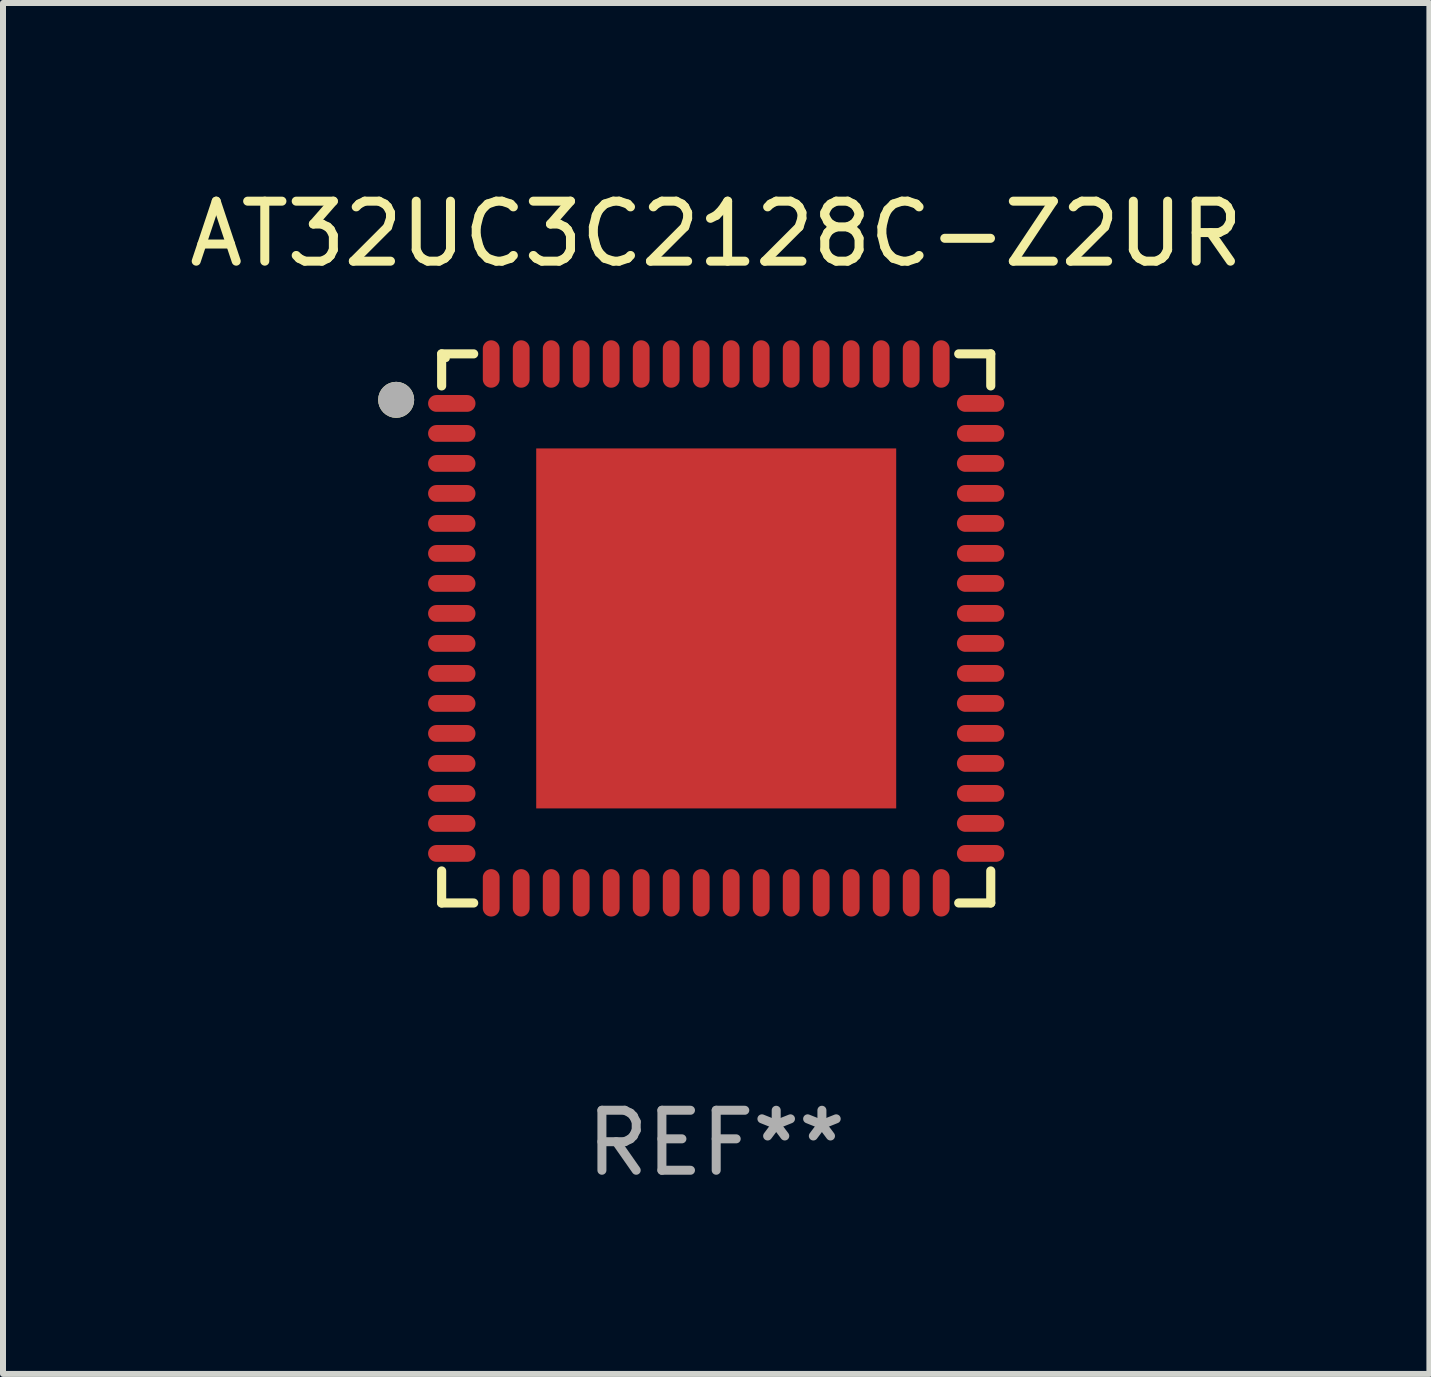
<source format=kicad_pcb>
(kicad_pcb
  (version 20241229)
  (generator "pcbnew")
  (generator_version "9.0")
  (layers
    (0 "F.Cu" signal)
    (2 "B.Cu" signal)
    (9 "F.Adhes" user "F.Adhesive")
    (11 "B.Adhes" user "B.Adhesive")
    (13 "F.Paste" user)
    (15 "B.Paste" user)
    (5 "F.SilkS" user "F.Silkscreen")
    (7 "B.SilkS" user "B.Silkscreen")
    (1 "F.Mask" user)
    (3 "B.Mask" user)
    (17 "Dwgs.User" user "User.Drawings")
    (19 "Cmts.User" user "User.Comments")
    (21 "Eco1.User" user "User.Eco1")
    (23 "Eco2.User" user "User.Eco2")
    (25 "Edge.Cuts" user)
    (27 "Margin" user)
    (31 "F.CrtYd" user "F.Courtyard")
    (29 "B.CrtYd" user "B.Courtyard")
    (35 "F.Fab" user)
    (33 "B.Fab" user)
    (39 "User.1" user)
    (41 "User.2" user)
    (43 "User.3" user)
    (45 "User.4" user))
  (footprint "AT32UC3C2128C-Z2UR"
    (layer "F.Cu")
    (at 8.887 7.424)
    (property "Reference" "AT32UC3C2128C-Z2UR" (at 0 -6.576 0) (layer "F.SilkS") (effects (font (size 1 1) (thickness 0.15))))
    (attr through_hole)
    (fp_line (start -4.576 -4.576) (end -4.042 -4.576) (stroke (width 0.152) (type solid)) (layer "F.SilkS"))
    (fp_line (start -4.576 -4.042) (end -4.576 -4.576) (stroke (width 0.152) (type solid)) (layer "F.SilkS"))
    (fp_line (start -4.576 4.042) (end -4.576 4.576) (stroke (width 0.152) (type solid)) (layer "F.SilkS"))
    (fp_line (start -4.576 4.576) (end -4.042 4.576) (stroke (width 0.152) (type solid)) (layer "F.SilkS"))
    (fp_line (start 4.576 -4.576) (end 4.042 -4.576) (stroke (width 0.152) (type solid)) (layer "F.SilkS"))
    (fp_line (start 4.576 -4.042) (end 4.576 -4.576) (stroke (width 0.152) (type solid)) (layer "F.SilkS"))
    (fp_line (start 4.576 4.042) (end 4.576 4.576) (stroke (width 0.152) (type solid)) (layer "F.SilkS"))
    (fp_line (start 4.576 4.576) (end 4.042 4.576) (stroke (width 0.152) (type solid)) (layer "F.SilkS"))
    (fp_circle (center -5.334 -3.81) (end -5.184 -3.81) (stroke (width 0.3) (type solid)) (fill no) (layer "F.SilkS"))
    (fp_circle (center -4.5 -4.5) (end -4.47 -4.5) (stroke (width 0.06) (type solid)) (fill no) (layer "F.SilkS"))
    (fp_circle (center -5.334 -3.81) (end -5.184 -3.81) (stroke (width 0.3) (type solid)) (fill no) (layer "F.Fab"))
    (fp_text user "REF**" (at 0 8.576 0) (layer "F.Fab") (effects (font (size 1 1) (thickness 0.15))))
    (pad "1" smd oval (at -4.407 -3.75) (size 0.79 0.28) (layers "F.Cu" "F.Mask" "F.Paste"))
    (pad "2" smd oval (at -4.407 -3.25) (size 0.79 0.28) (layers "F.Cu" "F.Mask" "F.Paste"))
    (pad "3" smd oval (at -4.407 -2.75) (size 0.79 0.28) (layers "F.Cu" "F.Mask" "F.Paste"))
    (pad "4" smd oval (at -4.407 -2.25) (size 0.79 0.28) (layers "F.Cu" "F.Mask" "F.Paste"))
    (pad "5" smd oval (at -4.407 -1.75) (size 0.79 0.28) (layers "F.Cu" "F.Mask" "F.Paste"))
    (pad "6" smd oval (at -4.407 -1.25) (size 0.79 0.28) (layers "F.Cu" "F.Mask" "F.Paste"))
    (pad "7" smd oval (at -4.407 -0.75) (size 0.79 0.28) (layers "F.Cu" "F.Mask" "F.Paste"))
    (pad "8" smd oval (at -4.407 -0.25) (size 0.79 0.28) (layers "F.Cu" "F.Mask" "F.Paste"))
    (pad "9" smd oval (at -4.407 0.25) (size 0.79 0.28) (layers "F.Cu" "F.Mask" "F.Paste"))
    (pad "10" smd oval (at -4.407 0.75) (size 0.79 0.28) (layers "F.Cu" "F.Mask" "F.Paste"))
    (pad "11" smd oval (at -4.407 1.25) (size 0.79 0.28) (layers "F.Cu" "F.Mask" "F.Paste"))
    (pad "12" smd oval (at -4.407 1.75) (size 0.79 0.28) (layers "F.Cu" "F.Mask" "F.Paste"))
    (pad "13" smd oval (at -4.407 2.25) (size 0.79 0.28) (layers "F.Cu" "F.Mask" "F.Paste"))
    (pad "14" smd oval (at -4.407 2.75) (size 0.79 0.28) (layers "F.Cu" "F.Mask" "F.Paste"))
    (pad "15" smd oval (at -4.407 3.25) (size 0.79 0.28) (layers "F.Cu" "F.Mask" "F.Paste"))
    (pad "16" smd oval (at -4.407 3.75) (size 0.79 0.28) (layers "F.Cu" "F.Mask" "F.Paste"))
    (pad "17" smd oval (at -3.75 4.407) (size 0.28 0.79) (layers "F.Cu" "F.Mask" "F.Paste"))
    (pad "18" smd oval (at -3.25 4.407) (size 0.28 0.79) (layers "F.Cu" "F.Mask" "F.Paste"))
    (pad "19" smd oval (at -2.75 4.407) (size 0.28 0.79) (layers "F.Cu" "F.Mask" "F.Paste"))
    (pad "20" smd oval (at -2.25 4.407) (size 0.28 0.79) (layers "F.Cu" "F.Mask" "F.Paste"))
    (pad "21" smd oval (at -1.75 4.407) (size 0.28 0.79) (layers "F.Cu" "F.Mask" "F.Paste"))
    (pad "22" smd oval (at -1.25 4.407) (size 0.28 0.79) (layers "F.Cu" "F.Mask" "F.Paste"))
    (pad "23" smd oval (at -0.75 4.407) (size 0.28 0.79) (layers "F.Cu" "F.Mask" "F.Paste"))
    (pad "24" smd oval (at -0.25 4.407) (size 0.28 0.79) (layers "F.Cu" "F.Mask" "F.Paste"))
    (pad "25" smd oval (at 0.25 4.407) (size 0.28 0.79) (layers "F.Cu" "F.Mask" "F.Paste"))
    (pad "26" smd oval (at 0.75 4.407) (size 0.28 0.79) (layers "F.Cu" "F.Mask" "F.Paste"))
    (pad "27" smd oval (at 1.25 4.407) (size 0.28 0.79) (layers "F.Cu" "F.Mask" "F.Paste"))
    (pad "28" smd oval (at 1.75 4.407) (size 0.28 0.79) (layers "F.Cu" "F.Mask" "F.Paste"))
    (pad "29" smd oval (at 2.25 4.407) (size 0.28 0.79) (layers "F.Cu" "F.Mask" "F.Paste"))
    (pad "30" smd oval (at 2.75 4.407) (size 0.28 0.79) (layers "F.Cu" "F.Mask" "F.Paste"))
    (pad "31" smd oval (at 3.25 4.407) (size 0.28 0.79) (layers "F.Cu" "F.Mask" "F.Paste"))
    (pad "32" smd oval (at 3.75 4.407) (size 0.28 0.79) (layers "F.Cu" "F.Mask" "F.Paste"))
    (pad "33" smd oval (at 4.407 3.75) (size 0.79 0.28) (layers "F.Cu" "F.Mask" "F.Paste"))
    (pad "34" smd oval (at 4.407 3.25) (size 0.79 0.28) (layers "F.Cu" "F.Mask" "F.Paste"))
    (pad "35" smd oval (at 4.407 2.75) (size 0.79 0.28) (layers "F.Cu" "F.Mask" "F.Paste"))
    (pad "36" smd oval (at 4.407 2.25) (size 0.79 0.28) (layers "F.Cu" "F.Mask" "F.Paste"))
    (pad "37" smd oval (at 4.407 1.75) (size 0.79 0.28) (layers "F.Cu" "F.Mask" "F.Paste"))
    (pad "38" smd oval (at 4.407 1.25) (size 0.79 0.28) (layers "F.Cu" "F.Mask" "F.Paste"))
    (pad "39" smd oval (at 4.407 0.75) (size 0.79 0.28) (layers "F.Cu" "F.Mask" "F.Paste"))
    (pad "40" smd oval (at 4.407 0.25) (size 0.79 0.28) (layers "F.Cu" "F.Mask" "F.Paste"))
    (pad "41" smd oval (at 4.407 -0.25) (size 0.79 0.28) (layers "F.Cu" "F.Mask" "F.Paste"))
    (pad "42" smd oval (at 4.407 -0.75) (size 0.79 0.28) (layers "F.Cu" "F.Mask" "F.Paste"))
    (pad "43" smd oval (at 4.407 -1.25) (size 0.79 0.28) (layers "F.Cu" "F.Mask" "F.Paste"))
    (pad "44" smd oval (at 4.407 -1.75) (size 0.79 0.28) (layers "F.Cu" "F.Mask" "F.Paste"))
    (pad "45" smd oval (at 4.407 -2.25) (size 0.79 0.28) (layers "F.Cu" "F.Mask" "F.Paste"))
    (pad "46" smd oval (at 4.407 -2.75) (size 0.79 0.28) (layers "F.Cu" "F.Mask" "F.Paste"))
    (pad "47" smd oval (at 4.407 -3.25) (size 0.79 0.28) (layers "F.Cu" "F.Mask" "F.Paste"))
    (pad "48" smd oval (at 4.407 -3.75) (size 0.79 0.28) (layers "F.Cu" "F.Mask" "F.Paste"))
    (pad "49" smd oval (at 3.75 -4.407) (size 0.28 0.79) (layers "F.Cu" "F.Mask" "F.Paste"))
    (pad "50" smd oval (at 3.25 -4.407) (size 0.28 0.79) (layers "F.Cu" "F.Mask" "F.Paste"))
    (pad "51" smd oval (at 2.75 -4.407) (size 0.28 0.79) (layers "F.Cu" "F.Mask" "F.Paste"))
    (pad "52" smd oval (at 2.25 -4.407) (size 0.28 0.79) (layers "F.Cu" "F.Mask" "F.Paste"))
    (pad "53" smd oval (at 1.75 -4.407) (size 0.28 0.79) (layers "F.Cu" "F.Mask" "F.Paste"))
    (pad "54" smd oval (at 1.25 -4.407) (size 0.28 0.79) (layers "F.Cu" "F.Mask" "F.Paste"))
    (pad "55" smd oval (at 0.75 -4.407) (size 0.28 0.79) (layers "F.Cu" "F.Mask" "F.Paste"))
    (pad "56" smd oval (at 0.25 -4.407) (size 0.28 0.79) (layers "F.Cu" "F.Mask" "F.Paste"))
    (pad "57" smd oval (at -0.25 -4.407) (size 0.28 0.79) (layers "F.Cu" "F.Mask" "F.Paste"))
    (pad "58" smd oval (at -0.75 -4.407) (size 0.28 0.79) (layers "F.Cu" "F.Mask" "F.Paste"))
    (pad "59" smd oval (at -1.25 -4.407) (size 0.28 0.79) (layers "F.Cu" "F.Mask" "F.Paste"))
    (pad "60" smd oval (at -1.75 -4.407) (size 0.28 0.79) (layers "F.Cu" "F.Mask" "F.Paste"))
    (pad "61" smd oval (at -2.25 -4.407) (size 0.28 0.79) (layers "F.Cu" "F.Mask" "F.Paste"))
    (pad "62" smd oval (at -2.75 -4.407) (size 0.28 0.79) (layers "F.Cu" "F.Mask" "F.Paste"))
    (pad "63" smd oval (at -3.25 -4.407) (size 0.28 0.79) (layers "F.Cu" "F.Mask" "F.Paste"))
    (pad "64" smd oval (at -3.75 -4.407) (size 0.28 0.79) (layers "F.Cu" "F.Mask" "F.Paste"))
    (pad "65" smd rect (at 0 0) (size 6 6) (layers "F.Cu" "F.Mask" "F.Paste")))
  (gr_rect
    (start -3 -3)
    (end 20.774 19.849)
    (stroke (width 0.1) (type default))
    (fill no)
    (layer "Edge.Cuts")))
</source>
